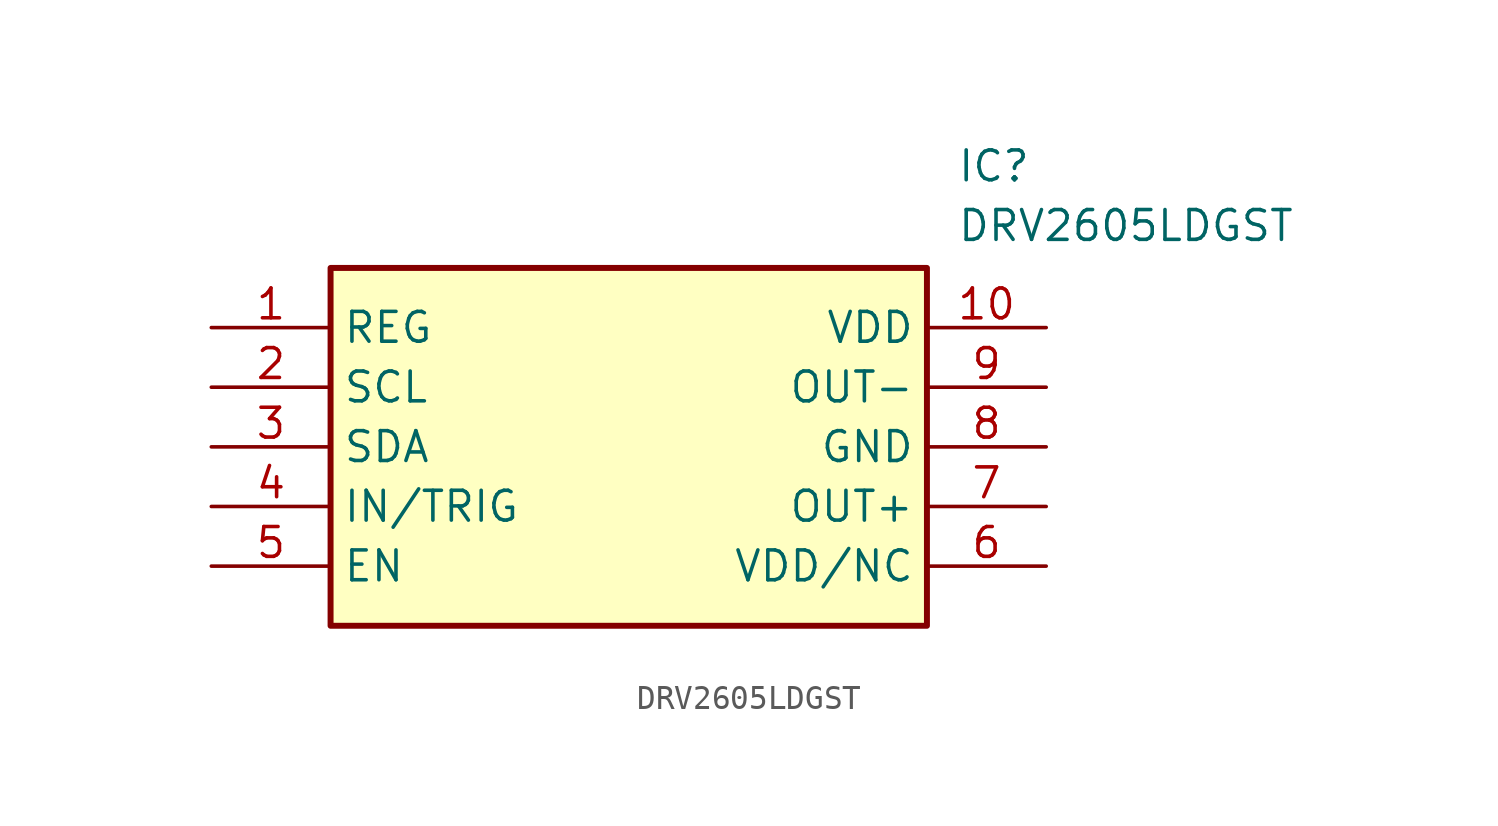
<source format=kicad_sym>
(kicad_symbol_lib
  (version 20211014)
  (generator SamacSys_ECAD_Model)
  (symbol "DRV2605LDGST"
    (property "Reference" "IC"
      (at 31.75 7.62 0)
      (effects (font (size 1.27 1.27)) (justify left top)))
    (property "Value" "DRV2605LDGST"
      (at 31.75 5.08 0)
      (effects (font (size 1.27 1.27)) (justify left top)))
    (rectangle
      (start 5.08 2.54)
      (end 30.48 -12.7)
      (stroke (width 0.254) (type default))
      (fill (type background)))
    (pin passive line
      (at 0 0 0)
      (length 5.08)
      (name "REG" (effects (font (size 1.27 1.27))))
      (number "1" (effects (font (size 1.27 1.27)))))
    (pin passive line
      (at 0 -2.54 0)
      (length 5.08)
      (name "SCL" (effects (font (size 1.27 1.27))))
      (number "2" (effects (font (size 1.27 1.27)))))
    (pin passive line
      (at 0 -5.08 0)
      (length 5.08)
      (name "SDA" (effects (font (size 1.27 1.27))))
      (number "3" (effects (font (size 1.27 1.27)))))
    (pin passive line
      (at 0 -7.62 0)
      (length 5.08)
      (name "IN/TRIG" (effects (font (size 1.27 1.27))))
      (number "4" (effects (font (size 1.27 1.27)))))
    (pin passive line
      (at 0 -10.16 0)
      (length 5.08)
      (name "EN" (effects (font (size 1.27 1.27))))
      (number "5" (effects (font (size 1.27 1.27)))))
    (pin passive line
      (at 35.56 0 180)
      (length 5.08)
      (name "VDD" (effects (font (size 1.27 1.27))))
      (number "10" (effects (font (size 1.27 1.27)))))
    (pin passive line
      (at 35.56 -2.54 180)
      (length 5.08)
      (name "OUT-" (effects (font (size 1.27 1.27))))
      (number "9" (effects (font (size 1.27 1.27)))))
    (pin passive line
      (at 35.56 -5.08 180)
      (length 5.08)
      (name "GND" (effects (font (size 1.27 1.27))))
      (number "8" (effects (font (size 1.27 1.27)))))
    (pin passive line
      (at 35.56 -7.62 180)
      (length 5.08)
      (name "OUT+" (effects (font (size 1.27 1.27))))
      (number "7" (effects (font (size 1.27 1.27)))))
    (pin passive line
      (at 35.56 -10.16 180)
      (length 5.08)
      (name "VDD/NC" (effects (font (size 1.27 1.27))))
      (number "6" (effects (font (size 1.27 1.27)))))))
</source>
